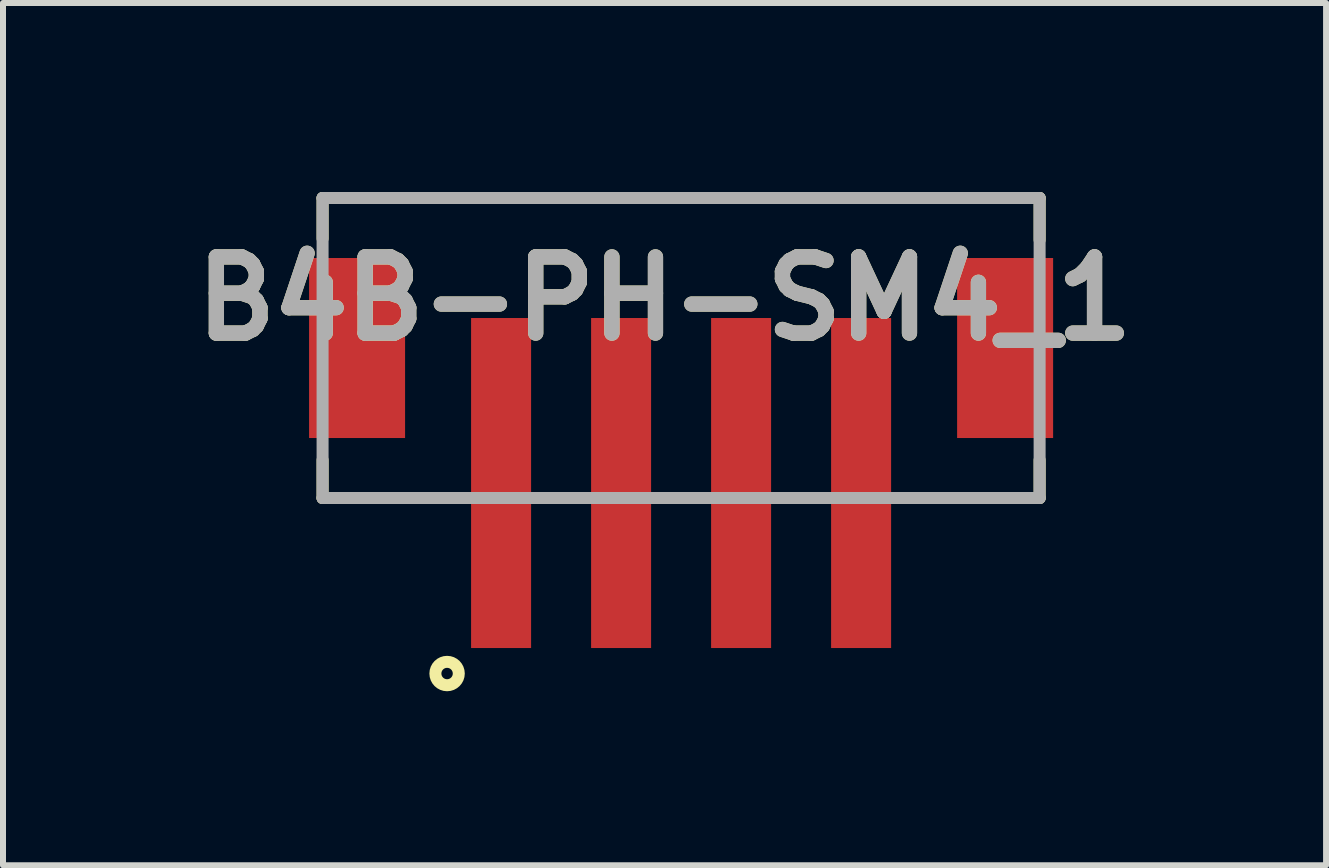
<source format=kicad_pcb>
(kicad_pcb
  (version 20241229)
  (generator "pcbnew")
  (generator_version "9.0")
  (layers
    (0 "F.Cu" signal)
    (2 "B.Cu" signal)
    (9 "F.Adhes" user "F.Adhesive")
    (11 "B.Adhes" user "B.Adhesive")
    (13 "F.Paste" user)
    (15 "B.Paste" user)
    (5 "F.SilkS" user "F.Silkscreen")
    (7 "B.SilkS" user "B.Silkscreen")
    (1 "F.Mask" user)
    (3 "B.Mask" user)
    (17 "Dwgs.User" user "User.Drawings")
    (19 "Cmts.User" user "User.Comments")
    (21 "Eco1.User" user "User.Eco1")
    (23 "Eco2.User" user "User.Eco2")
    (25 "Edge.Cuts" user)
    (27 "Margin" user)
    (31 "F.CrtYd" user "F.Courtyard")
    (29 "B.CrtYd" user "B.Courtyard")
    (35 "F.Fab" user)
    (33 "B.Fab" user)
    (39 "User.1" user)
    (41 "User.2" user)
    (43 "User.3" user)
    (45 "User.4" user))
  (footprint "B4B-PH-SM4_1"
    (layer "F.Cu")
    (at 8.301 0.25)
    (property "Reference" "B4B-PH-SM4_1" (at -0.276 1.677 0) (layer "F.SilkS") (effects (font (size 1.27 1.27) (thickness 0.254))))
    (attr smd)
    (fp_line (start -5.975 0) (end -5.975 0.677) (stroke (width 0.2) (type solid)) (layer "F.SilkS"))
    (fp_line (start -5.975 0) (end 5.975 0) (stroke (width 0.2) (type solid)) (layer "F.SilkS"))
    (fp_line (start -5.975 5) (end -5.975 4.367) (stroke (width 0.2) (type solid)) (layer "F.SilkS"))
    (fp_line (start -5.975 5) (end -3.8 5) (stroke (width 0.2) (type solid)) (layer "F.SilkS"))
    (fp_line (start 5.975 0) (end 5.975 0.699) (stroke (width 0.2) (type solid)) (layer "F.SilkS"))
    (fp_line (start 5.975 5) (end 3.8 5) (stroke (width 0.2) (type solid)) (layer "F.SilkS"))
    (fp_line (start 5.975 5) (end 5.975 4.367) (stroke (width 0.2) (type solid)) (layer "F.SilkS"))
    (fp_circle (center -3.9 7.925) (end -3.9 8.02) (stroke (width 0.2) (type solid)) (fill no) (layer "F.SilkS"))
    (fp_line (start -5.975 0) (end 5.975 0) (stroke (width 0.2) (type solid)) (layer "F.Fab"))
    (fp_line (start -5.975 5) (end -5.975 0) (stroke (width 0.2) (type solid)) (layer "F.Fab"))
    (fp_line (start 5.975 0) (end 5.975 5) (stroke (width 0.2) (type solid)) (layer "F.Fab"))
    (fp_line (start 5.975 5) (end -5.975 5) (stroke (width 0.2) (type solid)) (layer "F.Fab"))
    (fp_text user "${REFERENCE}" (at -0.276 1.677 0) (layer "F.Fab") (effects (font (size 1.27 1.27) (thickness 0.254))))
    (pad "1" smd rect (at -3 4.75) (size 1 5.5) (layers "F.Cu" "F.Mask" "F.Paste"))
    (pad "2" smd rect (at -1 4.75) (size 1 5.5) (layers "F.Cu" "F.Mask" "F.Paste"))
    (pad "3" smd rect (at 1 4.75) (size 1 5.5) (layers "F.Cu" "F.Mask" "F.Paste"))
    (pad "4" smd rect (at 3 4.75) (size 1 5.5) (layers "F.Cu" "F.Mask" "F.Paste"))
    (pad "5" smd rect (at 5.4 2.5) (size 1.6 3) (layers "F.Cu" "F.Mask" "F.Paste"))
    (pad "6" smd rect (at -5.4 2.5) (size 1.6 3) (layers "F.Cu" "F.Mask" "F.Paste")))
  (gr_rect
    (start -3 -3)
    (end 19.05 11.37)
    (stroke (width 0.1) (type default))
    (fill no)
    (layer "Edge.Cuts")))
</source>
